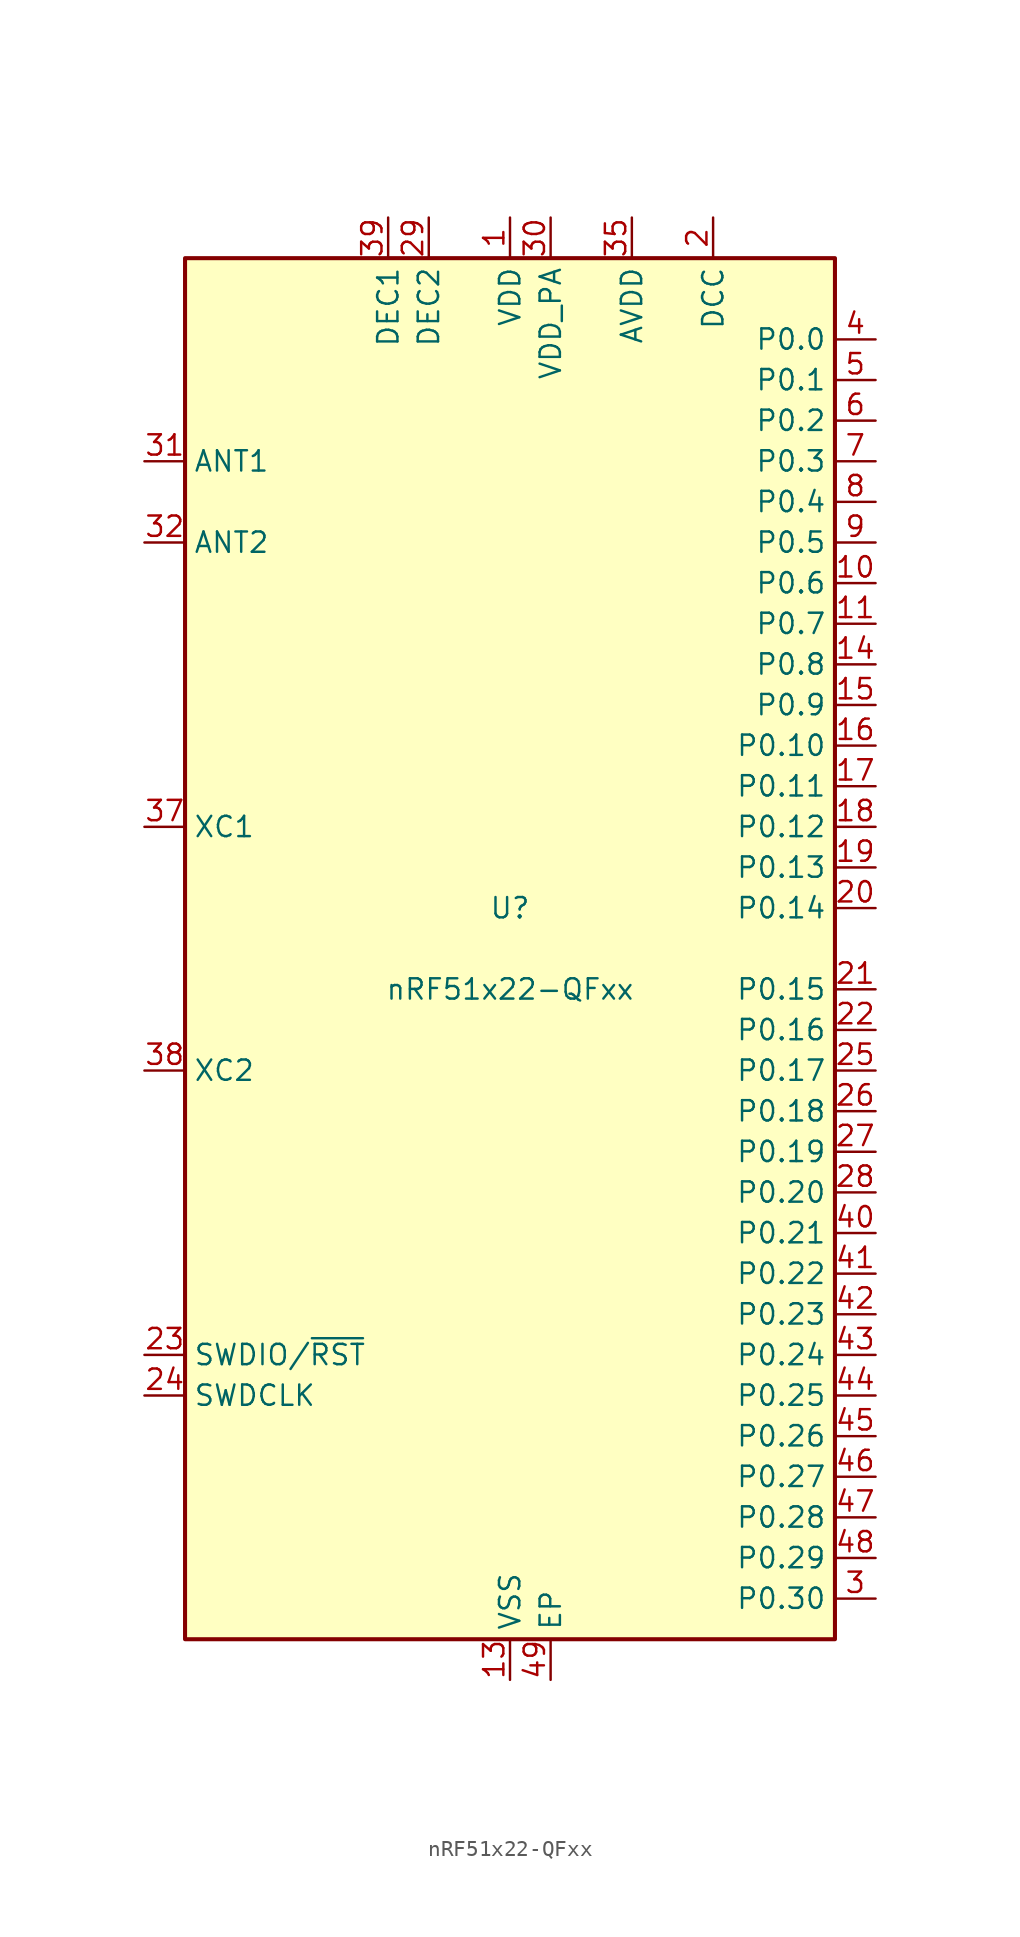
<source format=kicad_sym>
(kicad_symbol_lib
  (version 20220914)
  (generator kicad_symbol_editor)
  (symbol "nRF51x22-QFxx"
    (property "Reference" "U"
      (at 0 2.54 0)
      (effects (font (size 1.27 1.27))))
    (property "Value" "nRF51x22-QFxx"
      (at 0 -2.54 0)
      (effects (font (size 1.27 1.27))))
    (symbol "nRF51x22-QFxx_0_1"
      (rectangle (start -20.32 43.18) (end 20.32 -43.18) (stroke (width 0.254) (type default)) (fill (type background))))
    (symbol "nRF51x22-QFxx_1_1"
      (pin power_in line (at 0 45.72 270) (length 2.54) (name "VDD" (effects (font (size 1.27 1.27)))) (number "1" (effects (font (size 1.27 1.27)))))
      (pin bidirectional line (at 22.86 22.86 180) (length 2.54) (name "P0.6" (effects (font (size 1.27 1.27)))) (number "10" (effects (font (size 1.27 1.27)))))
      (pin bidirectional line (at 22.86 20.32 180) (length 2.54) (name "P0.7" (effects (font (size 1.27 1.27)))) (number "11" (effects (font (size 1.27 1.27)))))
      (pin passive line (at 0 45.72 270) (length 2.54) hide (name "VDD" (effects (font (size 1.27 1.27)))) (number "12" (effects (font (size 1.27 1.27)))))
      (pin power_in line (at 0 -45.72 90) (length 2.54) (name "VSS" (effects (font (size 1.27 1.27)))) (number "13" (effects (font (size 1.27 1.27)))))
      (pin bidirectional line (at 22.86 17.78 180) (length 2.54) (name "P0.8" (effects (font (size 1.27 1.27)))) (number "14" (effects (font (size 1.27 1.27)))))
      (pin bidirectional line (at 22.86 15.24 180) (length 2.54) (name "P0.9" (effects (font (size 1.27 1.27)))) (number "15" (effects (font (size 1.27 1.27)))))
      (pin bidirectional line (at 22.86 12.7 180) (length 2.54) (name "P0.10" (effects (font (size 1.27 1.27)))) (number "16" (effects (font (size 1.27 1.27)))))
      (pin bidirectional line (at 22.86 10.16 180) (length 2.54) (name "P0.11" (effects (font (size 1.27 1.27)))) (number "17" (effects (font (size 1.27 1.27)))))
      (pin bidirectional line (at 22.86 7.62 180) (length 2.54) (name "P0.12" (effects (font (size 1.27 1.27)))) (number "18" (effects (font (size 1.27 1.27)))))
      (pin bidirectional line (at 22.86 5.08 180) (length 2.54) (name "P0.13" (effects (font (size 1.27 1.27)))) (number "19" (effects (font (size 1.27 1.27)))))
      (pin power_out line (at 12.7 45.72 270) (length 2.54) (name "DCC" (effects (font (size 1.27 1.27)))) (number "2" (effects (font (size 1.27 1.27)))))
      (pin bidirectional line (at 22.86 2.54 180) (length 2.54) (name "P0.14" (effects (font (size 1.27 1.27)))) (number "20" (effects (font (size 1.27 1.27)))))
      (pin bidirectional line (at 22.86 -2.54 180) (length 2.54) (name "P0.15" (effects (font (size 1.27 1.27)))) (number "21" (effects (font (size 1.27 1.27)))))
      (pin bidirectional line (at 22.86 -5.08 180) (length 2.54) (name "P0.16" (effects (font (size 1.27 1.27)))) (number "22" (effects (font (size 1.27 1.27)))))
      (pin bidirectional line (at -22.86 -25.4 0) (length 2.54) (name "SWDIO/~{RST}" (effects (font (size 1.27 1.27)))) (number "23" (effects (font (size 1.27 1.27)))))
      (pin input line (at -22.86 -27.94 0) (length 2.54) (name "SWDCLK" (effects (font (size 1.27 1.27)))) (number "24" (effects (font (size 1.27 1.27)))))
      (pin bidirectional line (at 22.86 -7.62 180) (length 2.54) (name "P0.17" (effects (font (size 1.27 1.27)))) (number "25" (effects (font (size 1.27 1.27)))))
      (pin bidirectional line (at 22.86 -10.16 180) (length 2.54) (name "P0.18" (effects (font (size 1.27 1.27)))) (number "26" (effects (font (size 1.27 1.27)))))
      (pin bidirectional line (at 22.86 -12.7 180) (length 2.54) (name "P0.19" (effects (font (size 1.27 1.27)))) (number "27" (effects (font (size 1.27 1.27)))))
      (pin bidirectional line (at 22.86 -15.24 180) (length 2.54) (name "P0.20" (effects (font (size 1.27 1.27)))) (number "28" (effects (font (size 1.27 1.27)))))
      (pin passive line (at -5.08 45.72 270) (length 2.54) (name "DEC2" (effects (font (size 1.27 1.27)))) (number "29" (effects (font (size 1.27 1.27)))))
      (pin bidirectional line (at 22.86 -40.64 180) (length 2.54) (name "P0.30" (effects (font (size 1.27 1.27)))) (number "3" (effects (font (size 1.27 1.27)))))
      (pin power_out line (at 2.54 45.72 270) (length 2.54) (name "VDD_PA" (effects (font (size 1.27 1.27)))) (number "30" (effects (font (size 1.27 1.27)))))
      (pin output line (at -22.86 30.48 0) (length 2.54) (name "ANT1" (effects (font (size 1.27 1.27)))) (number "31" (effects (font (size 1.27 1.27)))))
      (pin output line (at -22.86 25.4 0) (length 2.54) (name "ANT2" (effects (font (size 1.27 1.27)))) (number "32" (effects (font (size 1.27 1.27)))))
      (pin passive line (at 0 -45.72 90) (length 2.54) hide (name "VSS" (effects (font (size 1.27 1.27)))) (number "33" (effects (font (size 1.27 1.27)))))
      (pin passive line (at 0 -45.72 90) (length 2.54) hide (name "VSS" (effects (font (size 1.27 1.27)))) (number "34" (effects (font (size 1.27 1.27)))))
      (pin power_in line (at 7.62 45.72 270) (length 2.54) (name "AVDD" (effects (font (size 1.27 1.27)))) (number "35" (effects (font (size 1.27 1.27)))))
      (pin passive line (at 7.62 45.72 270) (length 2.54) hide (name "AVDD" (effects (font (size 1.27 1.27)))) (number "36" (effects (font (size 1.27 1.27)))))
      (pin input line (at -22.86 7.62 0) (length 2.54) (name "XC1" (effects (font (size 1.27 1.27)))) (number "37" (effects (font (size 1.27 1.27)))))
      (pin input line (at -22.86 -7.62 0) (length 2.54) (name "XC2" (effects (font (size 1.27 1.27)))) (number "38" (effects (font (size 1.27 1.27)))))
      (pin passive line (at -7.62 45.72 270) (length 2.54) (name "DEC1" (effects (font (size 1.27 1.27)))) (number "39" (effects (font (size 1.27 1.27)))))
      (pin bidirectional line (at 22.86 38.1 180) (length 2.54) (name "P0.0" (effects (font (size 1.27 1.27)))) (number "4" (effects (font (size 1.27 1.27)))))
      (pin bidirectional line (at 22.86 -17.78 180) (length 2.54) (name "P0.21" (effects (font (size 1.27 1.27)))) (number "40" (effects (font (size 1.27 1.27)))))
      (pin bidirectional line (at 22.86 -20.32 180) (length 2.54) (name "P0.22" (effects (font (size 1.27 1.27)))) (number "41" (effects (font (size 1.27 1.27)))))
      (pin bidirectional line (at 22.86 -22.86 180) (length 2.54) (name "P0.23" (effects (font (size 1.27 1.27)))) (number "42" (effects (font (size 1.27 1.27)))))
      (pin bidirectional line (at 22.86 -25.4 180) (length 2.54) (name "P0.24" (effects (font (size 1.27 1.27)))) (number "43" (effects (font (size 1.27 1.27)))))
      (pin bidirectional line (at 22.86 -27.94 180) (length 2.54) (name "P0.25" (effects (font (size 1.27 1.27)))) (number "44" (effects (font (size 1.27 1.27)))))
      (pin bidirectional line (at 22.86 -30.48 180) (length 2.54) (name "P0.26" (effects (font (size 1.27 1.27)))) (number "45" (effects (font (size 1.27 1.27)))))
      (pin bidirectional line (at 22.86 -33.02 180) (length 2.54) (name "P0.27" (effects (font (size 1.27 1.27)))) (number "46" (effects (font (size 1.27 1.27)))))
      (pin bidirectional line (at 22.86 -35.56 180) (length 2.54) (name "P0.28" (effects (font (size 1.27 1.27)))) (number "47" (effects (font (size 1.27 1.27)))))
      (pin bidirectional line (at 22.86 -38.1 180) (length 2.54) (name "P0.29" (effects (font (size 1.27 1.27)))) (number "48" (effects (font (size 1.27 1.27)))))
      (pin power_in line (at 2.54 -45.72 90) (length 2.54) (name "EP" (effects (font (size 1.27 1.27)))) (number "49" (effects (font (size 1.27 1.27)))))
      (pin bidirectional line (at 22.86 35.56 180) (length 2.54) (name "P0.1" (effects (font (size 1.27 1.27)))) (number "5" (effects (font (size 1.27 1.27)))))
      (pin bidirectional line (at 22.86 33.02 180) (length 2.54) (name "P0.2" (effects (font (size 1.27 1.27)))) (number "6" (effects (font (size 1.27 1.27)))))
      (pin bidirectional line (at 22.86 30.48 180) (length 2.54) (name "P0.3" (effects (font (size 1.27 1.27)))) (number "7" (effects (font (size 1.27 1.27)))))
      (pin bidirectional line (at 22.86 27.94 180) (length 2.54) (name "P0.4" (effects (font (size 1.27 1.27)))) (number "8" (effects (font (size 1.27 1.27)))))
      (pin bidirectional line (at 22.86 25.4 180) (length 2.54) (name "P0.5" (effects (font (size 1.27 1.27)))) (number "9" (effects (font (size 1.27 1.27))))))))
</source>
